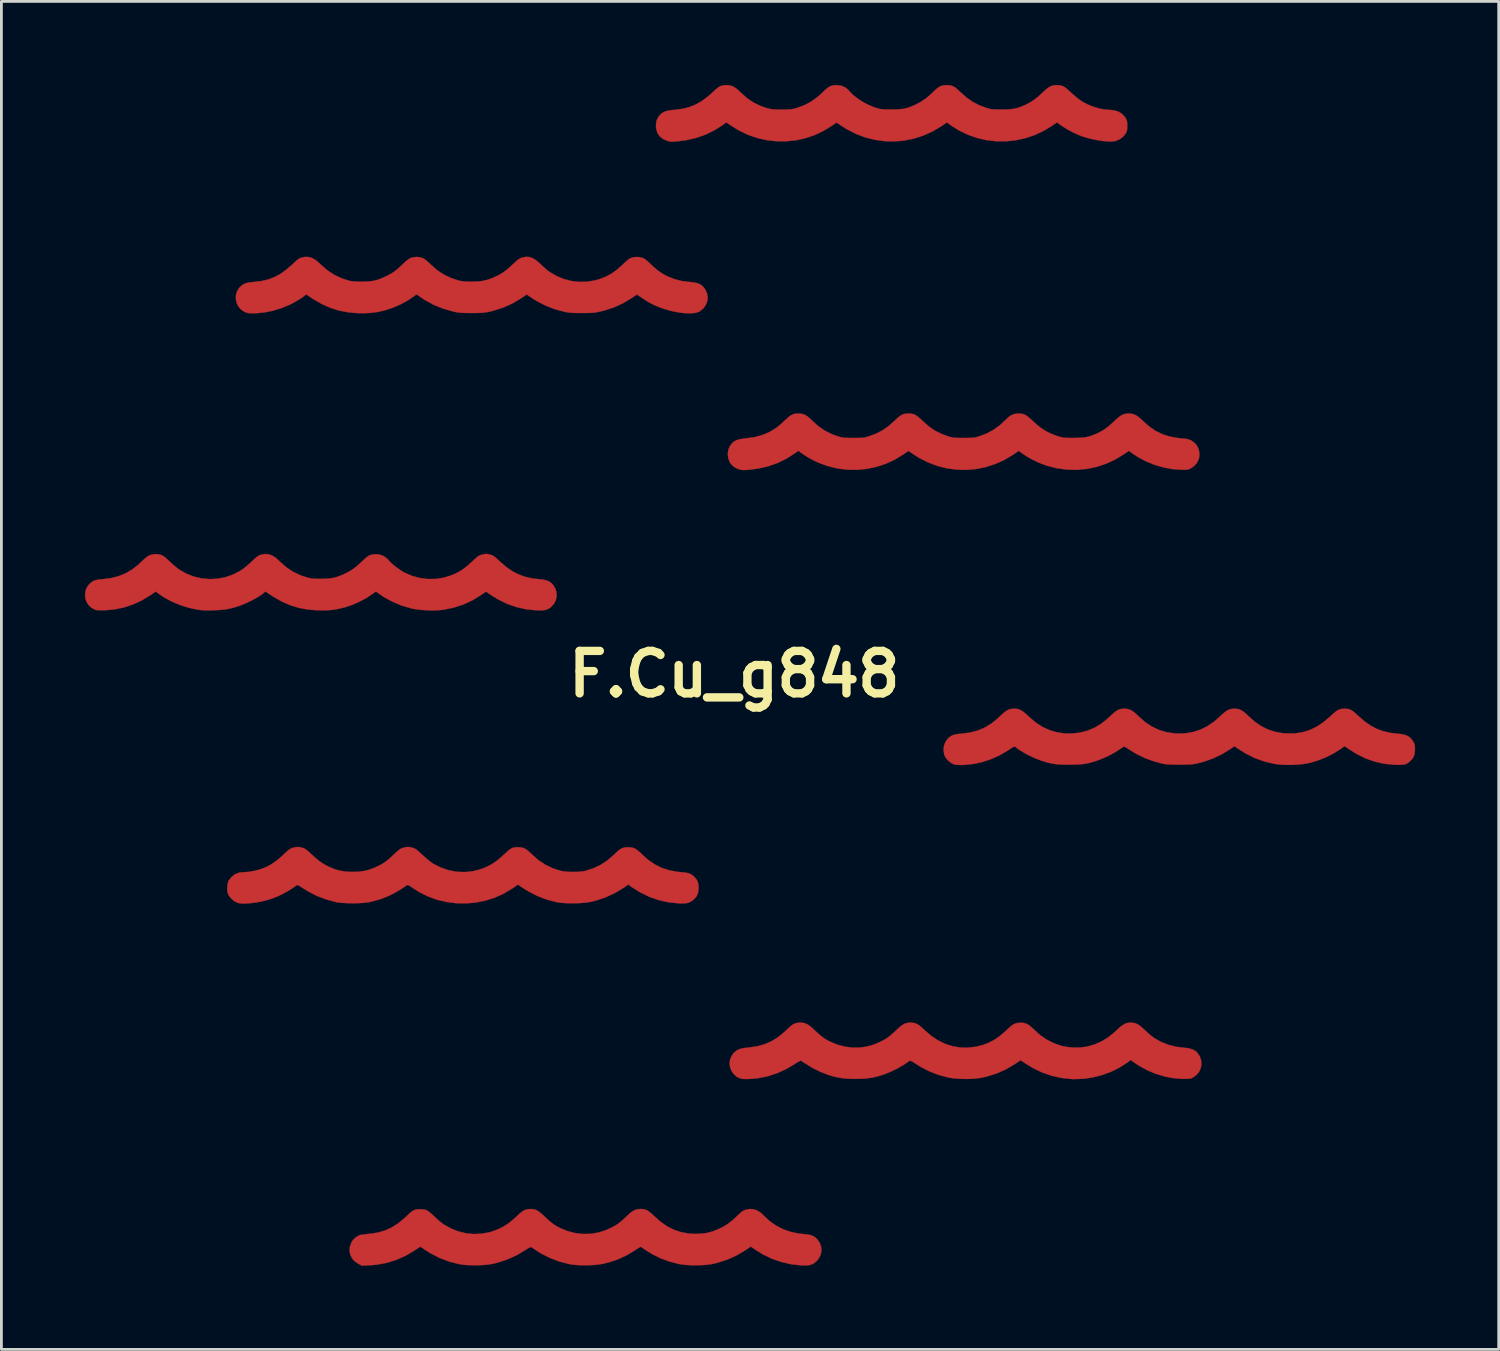
<source format=kicad_pcb>
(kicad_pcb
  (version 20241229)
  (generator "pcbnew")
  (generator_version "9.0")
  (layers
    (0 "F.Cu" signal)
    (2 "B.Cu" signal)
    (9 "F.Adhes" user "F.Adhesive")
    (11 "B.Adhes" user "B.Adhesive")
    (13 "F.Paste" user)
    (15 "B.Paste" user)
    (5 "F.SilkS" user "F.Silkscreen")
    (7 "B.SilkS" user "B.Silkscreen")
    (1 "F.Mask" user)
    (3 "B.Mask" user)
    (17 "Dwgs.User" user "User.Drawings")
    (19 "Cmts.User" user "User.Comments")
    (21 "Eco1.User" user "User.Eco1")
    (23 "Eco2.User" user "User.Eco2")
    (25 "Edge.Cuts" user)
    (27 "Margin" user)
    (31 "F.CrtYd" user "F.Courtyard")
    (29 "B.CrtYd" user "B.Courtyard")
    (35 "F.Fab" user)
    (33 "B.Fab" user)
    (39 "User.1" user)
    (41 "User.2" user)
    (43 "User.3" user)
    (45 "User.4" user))
  (footprint "F.Cu_g848"
    (layer "F.Cu")
    (at 23.309 21.151)
    (property "Reference" "F.Cu_g848" (at 0 0 0) (layer "F.SilkS") (effects (font (size 1.524 1.524) (thickness 0.3))))
    (attr through_hole)
    (fp_poly (pts (xy 0.692 19.208) (xy 0.833 19.258) (xy 0.968 19.349) (xy 1.055 19.433) (xy 1.268 19.633) (xy 1.506 19.8) (xy 1.765 19.932) (xy 2.044 20.027) (xy 2.337 20.085) (xy 2.48 20.099) (xy 2.635 20.115) (xy 2.757 20.142) (xy 2.855 20.184) (xy 2.937 20.244) (xy 2.985 20.294) (xy 3.071 20.421) (xy 3.119 20.558) (xy 3.129 20.701) (xy 3.102 20.841) (xy 3.039 20.971) (xy 2.966 21.06) (xy 2.884 21.132) (xy 2.8 21.182) (xy 2.704 21.212) (xy 2.588 21.226) (xy 2.442 21.225) (xy 2.401 21.224) (xy 2.044 21.184) (xy 1.694 21.104) (xy 1.355 20.987) (xy 1.034 20.833) (xy 0.785 20.68) (xy 0.594 20.549) (xy 0.399 20.68) (xy 0.088 20.865) (xy -0.236 21.012) (xy -0.581 21.125) (xy -0.769 21.171) (xy -0.927 21.196) (xy -1.114 21.213) (xy -1.317 21.22) (xy -1.524 21.219) (xy -1.723 21.209) (xy -1.901 21.189) (xy -2.002 21.171) (xy -2.34 21.082) (xy -2.653 20.966) (xy -2.949 20.818) (xy -3.158 20.689) (xy -3.365 20.551) (xy -3.573 20.689) (xy -3.871 20.866) (xy -4.179 21.008) (xy -4.505 21.117) (xy -4.72 21.169) (xy -4.87 21.194) (xy -5.048 21.21) (xy -5.243 21.219) (xy -5.442 21.22) (xy -5.633 21.213) (xy -5.804 21.198) (xy -5.915 21.18) (xy -6.278 21.087) (xy -6.626 20.954) (xy -6.962 20.782) (xy -7.286 20.569) (xy -7.29 20.566) (xy -7.321 20.569) (xy -7.381 20.598) (xy -7.469 20.653) (xy -7.491 20.668) (xy -7.803 20.856) (xy -8.135 21.007) (xy -8.488 21.124) (xy -8.678 21.17) (xy -8.828 21.194) (xy -9.007 21.211) (xy -9.202 21.22) (xy -9.402 21.22) (xy -9.593 21.213) (xy -9.765 21.198) (xy -9.873 21.18) (xy -10.237 21.087) (xy -10.584 20.955) (xy -10.912 20.785) (xy -11.062 20.69) (xy -11.143 20.637) (xy -11.209 20.593) (xy -11.254 20.563) (xy -11.271 20.553) (xy -11.289 20.564) (xy -11.335 20.594) (xy -11.402 20.638) (xy -11.48 20.69) (xy -11.797 20.878) (xy -12.129 21.025) (xy -12.473 21.133) (xy -12.829 21.199) (xy -13.092 21.222) (xy -13.367 21.235) (xy -13.504 21.163) (xy -13.632 21.075) (xy -13.726 20.965) (xy -13.786 20.837) (xy -13.811 20.698) (xy -13.799 20.554) (xy -13.747 20.411) (xy -13.715 20.354) (xy -13.639 20.262) (xy -13.541 20.187) (xy -13.435 20.136) (xy -13.369 20.121) (xy -13.311 20.115) (xy -13.225 20.106) (xy -13.123 20.095) (xy -13.052 20.087) (xy -12.78 20.044) (xy -12.529 19.969) (xy -12.293 19.861) (xy -12.066 19.716) (xy -11.844 19.533) (xy -11.779 19.472) (xy -11.678 19.376) (xy -11.596 19.306) (xy -11.528 19.259) (xy -11.463 19.23) (xy -11.395 19.215) (xy -11.314 19.21) (xy -11.271 19.209) (xy -11.186 19.211) (xy -11.116 19.221) (xy -11.053 19.241) (xy -10.989 19.276) (xy -10.918 19.331) (xy -10.83 19.409) (xy -10.754 19.481) (xy -10.666 19.563) (xy -10.576 19.641) (xy -10.496 19.707) (xy -10.435 19.751) (xy -10.177 19.897) (xy -9.908 20.004) (xy -9.63 20.072) (xy -9.347 20.1) (xy -9.064 20.087) (xy -8.784 20.034) (xy -8.678 20.002) (xy -8.463 19.921) (xy -8.27 19.823) (xy -8.086 19.701) (xy -7.903 19.549) (xy -7.825 19.476) (xy -7.721 19.378) (xy -7.637 19.308) (xy -7.565 19.26) (xy -7.498 19.229) (xy -7.427 19.211) (xy -7.365 19.204) (xy -7.266 19.201) (xy -7.178 19.214) (xy -7.092 19.246) (xy -7.003 19.302) (xy -6.901 19.385) (xy -6.807 19.472) (xy -6.689 19.583) (xy -6.589 19.669) (xy -6.499 19.739) (xy -6.408 19.798) (xy -6.306 19.854) (xy -6.255 19.881) (xy -5.984 19.994) (xy -5.705 20.066) (xy -5.423 20.098) (xy -5.14 20.09) (xy -4.86 20.041) (xy -4.585 19.952) (xy -4.319 19.823) (xy -4.194 19.746) (xy -4.123 19.694) (xy -4.036 19.622) (xy -3.943 19.54) (xy -3.874 19.474) (xy -3.767 19.372) (xy -3.678 19.3) (xy -3.598 19.251) (xy -3.519 19.221) (xy -3.433 19.205) (xy -3.405 19.202) (xy -3.298 19.201) (xy -3.204 19.218) (xy -3.115 19.257) (xy -3.021 19.322) (xy -2.914 19.416) (xy -2.876 19.453) (xy -2.646 19.658) (xy -2.409 19.823) (xy -2.163 19.947) (xy -1.904 20.033) (xy -1.63 20.082) (xy -1.386 20.095) (xy -1.162 20.086) (xy -0.96 20.056) (xy -0.766 20.002) (xy -0.563 19.92) (xy -0.532 19.906) (xy -0.372 19.824) (xy -0.228 19.733) (xy -0.089 19.627) (xy 0.057 19.495) (xy 0.107 19.447) (xy 0.201 19.357) (xy 0.277 19.295) (xy 0.341 19.255) (xy 0.391 19.233) (xy 0.545 19.2) (xy 0.692 19.208)) (stroke (width 0.01) (type solid)) (fill yes) (layer "F.Cu"))
    (fp_poly (pts (xy 6.425 12.516) (xy 6.511 12.538) (xy 6.595 12.579) (xy 6.686 12.645) (xy 6.79 12.739) (xy 6.821 12.769) (xy 7.058 12.976) (xy 7.308 13.143) (xy 7.569 13.271) (xy 7.838 13.358) (xy 8.116 13.404) (xy 8.399 13.409) (xy 8.686 13.373) (xy 8.932 13.31) (xy 9.135 13.233) (xy 9.323 13.135) (xy 9.507 13.01) (xy 9.694 12.854) (xy 9.759 12.793) (xy 9.864 12.695) (xy 9.949 12.624) (xy 10.02 12.574) (xy 10.087 12.543) (xy 10.157 12.525) (xy 10.238 12.515) (xy 10.247 12.514) (xy 10.374 12.518) (xy 10.489 12.55) (xy 10.601 12.614) (xy 10.716 12.714) (xy 10.742 12.741) (xy 10.967 12.947) (xy 11.213 13.118) (xy 11.477 13.251) (xy 11.754 13.346) (xy 11.761 13.348) (xy 11.97 13.388) (xy 12.197 13.406) (xy 12.424 13.402) (xy 12.637 13.375) (xy 12.706 13.36) (xy 12.959 13.284) (xy 13.188 13.183) (xy 13.403 13.053) (xy 13.612 12.889) (xy 13.724 12.785) (xy 13.838 12.679) (xy 13.935 12.603) (xy 14.021 12.553) (xy 14.105 12.524) (xy 14.194 12.511) (xy 14.235 12.51) (xy 14.329 12.517) (xy 14.416 12.539) (xy 14.501 12.581) (xy 14.593 12.648) (xy 14.701 12.743) (xy 14.741 12.781) (xy 14.83 12.864) (xy 14.924 12.945) (xy 15.01 13.015) (xy 15.068 13.058) (xy 15.311 13.198) (xy 15.576 13.304) (xy 15.859 13.376) (xy 16.133 13.41) (xy 16.305 13.43) (xy 16.443 13.468) (xy 16.552 13.525) (xy 16.629 13.595) (xy 16.714 13.726) (xy 16.761 13.865) (xy 16.771 14.008) (xy 16.745 14.147) (xy 16.684 14.277) (xy 16.591 14.39) (xy 16.465 14.481) (xy 16.458 14.485) (xy 16.418 14.504) (xy 16.376 14.517) (xy 16.323 14.525) (xy 16.25 14.528) (xy 16.147 14.529) (xy 16.097 14.528) (xy 15.782 14.506) (xy 15.461 14.446) (xy 15.143 14.351) (xy 14.835 14.224) (xy 14.547 14.068) (xy 14.386 13.961) (xy 14.234 13.852) (xy 14.11 13.943) (xy 13.83 14.123) (xy 13.526 14.274) (xy 13.202 14.392) (xy 12.866 14.477) (xy 12.525 14.526) (xy 12.184 14.538) (xy 12.118 14.535) (xy 11.752 14.497) (xy 11.396 14.418) (xy 11.052 14.299) (xy 10.722 14.141) (xy 10.482 13.994) (xy 10.404 13.942) (xy 10.339 13.9) (xy 10.295 13.872) (xy 10.281 13.864) (xy 10.261 13.875) (xy 10.214 13.905) (xy 10.146 13.95) (xy 10.067 14.002) (xy 9.752 14.187) (xy 9.417 14.336) (xy 9.064 14.446) (xy 8.858 14.491) (xy 8.693 14.514) (xy 8.501 14.528) (xy 8.296 14.532) (xy 8.091 14.527) (xy 7.898 14.513) (xy 7.73 14.489) (xy 7.691 14.482) (xy 7.334 14.386) (xy 7 14.257) (xy 6.681 14.091) (xy 6.521 13.99) (xy 6.417 13.923) (xy 6.344 13.885) (xy 6.304 13.874) (xy 6.298 13.877) (xy 6.09 14.02) (xy 5.854 14.156) (xy 5.608 14.276) (xy 5.365 14.372) (xy 5.307 14.391) (xy 5.124 14.445) (xy 4.953 14.484) (xy 4.783 14.509) (xy 4.6 14.524) (xy 4.39 14.529) (xy 4.35 14.529) (xy 4.134 14.525) (xy 3.947 14.513) (xy 3.776 14.489) (xy 3.606 14.453) (xy 3.426 14.402) (xy 3.393 14.391) (xy 3.089 14.276) (xy 2.784 14.122) (xy 2.482 13.933) (xy 2.403 13.877) (xy 2.373 13.878) (xy 2.315 13.905) (xy 2.226 13.959) (xy 2.179 13.99) (xy 1.862 14.178) (xy 1.532 14.327) (xy 1.193 14.437) (xy 0.846 14.506) (xy 0.551 14.532) (xy 0.424 14.535) (xy 0.328 14.532) (xy 0.254 14.522) (xy 0.204 14.508) (xy 0.084 14.449) (xy -0.019 14.356) (xy -0.099 14.24) (xy -0.151 14.106) (xy -0.169 13.967) (xy -0.152 13.847) (xy -0.103 13.724) (xy -0.032 13.615) (xy 0.007 13.573) (xy 0.075 13.519) (xy 0.148 13.477) (xy 0.236 13.447) (xy 0.346 13.424) (xy 0.488 13.406) (xy 0.54 13.401) (xy 0.826 13.359) (xy 1.087 13.287) (xy 1.331 13.181) (xy 1.561 13.04) (xy 1.784 12.86) (xy 1.881 12.768) (xy 1.99 12.665) (xy 2.083 12.592) (xy 2.169 12.545) (xy 2.255 12.519) (xy 2.35 12.51) (xy 2.371 12.509) (xy 2.465 12.515) (xy 2.55 12.536) (xy 2.634 12.576) (xy 2.724 12.638) (xy 2.828 12.728) (xy 2.888 12.784) (xy 3.006 12.895) (xy 3.106 12.981) (xy 3.196 13.05) (xy 3.288 13.11) (xy 3.389 13.166) (xy 3.44 13.192) (xy 3.687 13.296) (xy 3.948 13.368) (xy 4.211 13.406) (xy 4.469 13.407) (xy 4.553 13.4) (xy 4.731 13.374) (xy 4.884 13.339) (xy 5.031 13.29) (xy 5.189 13.223) (xy 5.2 13.218) (xy 5.322 13.158) (xy 5.426 13.101) (xy 5.52 13.038) (xy 5.616 12.962) (xy 5.723 12.868) (xy 5.812 12.784) (xy 5.926 12.679) (xy 6.022 12.604) (xy 6.108 12.553) (xy 6.191 12.524) (xy 6.28 12.511) (xy 6.329 12.509) (xy 6.425 12.516)) (stroke (width 0.01) (type solid)) (fill yes) (layer "F.Cu"))
    (fp_poly (pts (xy 14.109 1.249) (xy 14.207 1.277) (xy 14.304 1.329) (xy 14.407 1.41) (xy 14.511 1.509) (xy 14.737 1.711) (xy 14.979 1.874) (xy 15.235 1.997) (xy 15.507 2.081) (xy 15.796 2.126) (xy 15.886 2.132) (xy 16.18 2.126) (xy 16.461 2.08) (xy 16.728 1.995) (xy 16.982 1.87) (xy 17.225 1.704) (xy 17.42 1.533) (xy 17.535 1.426) (xy 17.63 1.348) (xy 17.714 1.294) (xy 17.792 1.261) (xy 17.874 1.245) (xy 17.949 1.24) (xy 18.055 1.247) (xy 18.149 1.271) (xy 18.239 1.317) (xy 18.335 1.389) (xy 18.446 1.492) (xy 18.449 1.496) (xy 18.674 1.698) (xy 18.907 1.86) (xy 19.15 1.983) (xy 19.408 2.068) (xy 19.683 2.118) (xy 19.854 2.131) (xy 20.134 2.126) (xy 20.398 2.086) (xy 20.649 2.01) (xy 20.891 1.896) (xy 21.127 1.742) (xy 21.361 1.548) (xy 21.39 1.521) (xy 21.5 1.42) (xy 21.588 1.346) (xy 21.662 1.296) (xy 21.73 1.264) (xy 21.799 1.247) (xy 21.877 1.241) (xy 21.907 1.24) (xy 21.999 1.245) (xy 22.077 1.261) (xy 22.151 1.293) (xy 22.229 1.345) (xy 22.32 1.422) (xy 22.395 1.492) (xy 22.618 1.687) (xy 22.839 1.843) (xy 23.066 1.964) (xy 23.304 2.051) (xy 23.561 2.109) (xy 23.792 2.135) (xy 23.956 2.154) (xy 24.086 2.183) (xy 24.189 2.227) (xy 24.272 2.289) (xy 24.343 2.374) (xy 24.379 2.431) (xy 24.41 2.489) (xy 24.427 2.543) (xy 24.435 2.61) (xy 24.437 2.699) (xy 24.429 2.832) (xy 24.401 2.938) (xy 24.348 3.03) (xy 24.272 3.115) (xy 24.208 3.171) (xy 24.144 3.211) (xy 24.072 3.238) (xy 23.983 3.252) (xy 23.869 3.257) (xy 23.723 3.254) (xy 23.701 3.253) (xy 23.345 3.218) (xy 23.003 3.143) (xy 22.673 3.028) (xy 22.353 2.872) (xy 22.109 2.72) (xy 21.908 2.584) (xy 21.753 2.695) (xy 21.512 2.848) (xy 21.242 2.984) (xy 20.953 3.098) (xy 20.658 3.185) (xy 20.638 3.19) (xy 20.45 3.224) (xy 20.235 3.247) (xy 20.006 3.258) (xy 19.775 3.256) (xy 19.556 3.242) (xy 19.399 3.221) (xy 19.043 3.139) (xy 18.7 3.017) (xy 18.372 2.856) (xy 18.153 2.72) (xy 17.956 2.587) (xy 17.79 2.701) (xy 17.503 2.875) (xy 17.191 3.024) (xy 16.863 3.141) (xy 16.595 3.211) (xy 16.516 3.225) (xy 16.43 3.236) (xy 16.329 3.243) (xy 16.205 3.247) (xy 16.049 3.249) (xy 15.981 3.249) (xy 15.812 3.248) (xy 15.677 3.245) (xy 15.568 3.239) (xy 15.477 3.23) (xy 15.397 3.217) (xy 15.367 3.211) (xy 15.053 3.127) (xy 14.743 3.012) (xy 14.449 2.871) (xy 14.181 2.709) (xy 14.171 2.701) (xy 14.092 2.648) (xy 14.039 2.616) (xy 14.004 2.602) (xy 13.98 2.603) (xy 13.959 2.614) (xy 13.673 2.803) (xy 13.391 2.955) (xy 13.108 3.074) (xy 13.031 3.101) (xy 12.879 3.15) (xy 12.746 3.186) (xy 12.623 3.213) (xy 12.497 3.231) (xy 12.36 3.242) (xy 12.201 3.248) (xy 12.023 3.249) (xy 11.833 3.248) (xy 11.676 3.242) (xy 11.54 3.23) (xy 11.415 3.212) (xy 11.291 3.184) (xy 11.157 3.147) (xy 11.014 3.101) (xy 10.863 3.045) (xy 10.703 2.976) (xy 10.543 2.898) (xy 10.391 2.815) (xy 10.256 2.734) (xy 10.149 2.658) (xy 10.105 2.622) (xy 10.085 2.605) (xy 10.065 2.598) (xy 10.039 2.604) (xy 9.998 2.625) (xy 9.936 2.664) (xy 9.851 2.721) (xy 9.545 2.903) (xy 9.225 3.049) (xy 8.895 3.158) (xy 8.561 3.228) (xy 8.227 3.259) (xy 8.149 3.26) (xy 8.045 3.259) (xy 7.97 3.255) (xy 7.914 3.245) (xy 7.865 3.228) (xy 7.811 3.202) (xy 7.808 3.201) (xy 7.7 3.126) (xy 7.61 3.029) (xy 7.549 2.921) (xy 7.536 2.883) (xy 7.514 2.733) (xy 7.527 2.585) (xy 7.574 2.448) (xy 7.652 2.33) (xy 7.694 2.288) (xy 7.763 2.235) (xy 7.833 2.196) (xy 7.915 2.169) (xy 8.019 2.15) (xy 8.154 2.137) (xy 8.169 2.135) (xy 8.465 2.097) (xy 8.736 2.026) (xy 8.987 1.92) (xy 9.224 1.778) (xy 9.451 1.596) (xy 9.544 1.507) (xy 9.656 1.403) (xy 9.75 1.328) (xy 9.836 1.279) (xy 9.923 1.251) (xy 10.017 1.241) (xy 10.054 1.24) (xy 10.143 1.246) (xy 10.224 1.265) (xy 10.303 1.301) (xy 10.387 1.359) (xy 10.485 1.441) (xy 10.583 1.533) (xy 10.817 1.733) (xy 11.061 1.892) (xy 11.318 2.011) (xy 11.587 2.09) (xy 11.869 2.129) (xy 12.118 2.132) (xy 12.407 2.1) (xy 12.679 2.03) (xy 12.936 1.923) (xy 13.179 1.776) (xy 13.411 1.589) (xy 13.493 1.511) (xy 13.607 1.404) (xy 13.706 1.327) (xy 13.797 1.277) (xy 13.888 1.25) (xy 13.987 1.24) (xy 14.002 1.24) (xy 14.109 1.249)) (stroke (width 0.01) (type solid)) (fill yes) (layer "F.Cu"))
    (fp_poly (pts (xy 10.29 -9.352) (xy 10.374 -9.337) (xy 10.449 -9.306) (xy 10.527 -9.256) (xy 10.616 -9.18) (xy 10.679 -9.121) (xy 10.862 -8.955) (xy 11.036 -8.82) (xy 11.209 -8.712) (xy 11.391 -8.624) (xy 11.59 -8.55) (xy 11.631 -8.538) (xy 11.705 -8.516) (xy 11.769 -8.5) (xy 11.833 -8.49) (xy 11.906 -8.484) (xy 11.999 -8.481) (xy 12.119 -8.48) (xy 12.181 -8.48) (xy 12.363 -8.482) (xy 12.513 -8.492) (xy 12.642 -8.51) (xy 12.763 -8.54) (xy 12.884 -8.582) (xy 13.018 -8.64) (xy 13.026 -8.643) (xy 13.169 -8.715) (xy 13.299 -8.795) (xy 13.425 -8.888) (xy 13.56 -9.005) (xy 13.636 -9.076) (xy 13.749 -9.18) (xy 13.842 -9.255) (xy 13.924 -9.306) (xy 14.003 -9.337) (xy 14.085 -9.352) (xy 14.161 -9.355) (xy 14.259 -9.349) (xy 14.346 -9.328) (xy 14.43 -9.289) (xy 14.52 -9.226) (xy 14.622 -9.136) (xy 14.679 -9.082) (xy 14.901 -8.887) (xy 15.128 -8.732) (xy 15.367 -8.614) (xy 15.624 -8.531) (xy 15.904 -8.48) (xy 16.039 -8.466) (xy 16.159 -8.455) (xy 16.249 -8.442) (xy 16.32 -8.424) (xy 16.383 -8.398) (xy 16.395 -8.393) (xy 16.517 -8.311) (xy 16.61 -8.203) (xy 16.671 -8.074) (xy 16.699 -7.933) (xy 16.69 -7.785) (xy 16.668 -7.702) (xy 16.602 -7.572) (xy 16.501 -7.464) (xy 16.401 -7.397) (xy 16.349 -7.369) (xy 16.303 -7.351) (xy 16.254 -7.341) (xy 16.19 -7.337) (xy 16.099 -7.337) (xy 16.055 -7.337) (xy 15.738 -7.36) (xy 15.415 -7.42) (xy 15.095 -7.513) (xy 14.786 -7.637) (xy 14.499 -7.788) (xy 14.32 -7.906) (xy 14.166 -8.017) (xy 13.989 -7.895) (xy 13.676 -7.705) (xy 13.348 -7.554) (xy 13.008 -7.441) (xy 12.66 -7.368) (xy 12.305 -7.335) (xy 11.948 -7.342) (xy 11.592 -7.39) (xy 11.239 -7.479) (xy 11.191 -7.494) (xy 10.948 -7.586) (xy 10.711 -7.697) (xy 10.493 -7.82) (xy 10.368 -7.903) (xy 10.213 -8.014) (xy 10.012 -7.879) (xy 9.699 -7.692) (xy 9.372 -7.545) (xy 9.035 -7.436) (xy 8.69 -7.365) (xy 8.341 -7.334) (xy 7.991 -7.341) (xy 7.644 -7.387) (xy 7.302 -7.472) (xy 6.969 -7.595) (xy 6.648 -7.757) (xy 6.45 -7.881) (xy 6.253 -8.014) (xy 6.081 -7.895) (xy 5.774 -7.707) (xy 5.45 -7.556) (xy 5.113 -7.444) (xy 4.767 -7.371) (xy 4.416 -7.336) (xy 4.062 -7.34) (xy 3.708 -7.384) (xy 3.36 -7.468) (xy 3.02 -7.592) (xy 3.009 -7.596) (xy 2.837 -7.678) (xy 2.661 -7.775) (xy 2.498 -7.877) (xy 2.397 -7.949) (xy 2.303 -8.021) (xy 2.194 -7.942) (xy 1.884 -7.742) (xy 1.56 -7.582) (xy 1.22 -7.462) (xy 0.864 -7.38) (xy 0.603 -7.346) (xy 0.48 -7.335) (xy 0.39 -7.328) (xy 0.323 -7.327) (xy 0.271 -7.331) (xy 0.224 -7.339) (xy 0.201 -7.344) (xy 0.051 -7.402) (xy -0.07 -7.489) (xy -0.158 -7.602) (xy -0.213 -7.738) (xy -0.232 -7.895) (xy -0.232 -7.895) (xy -0.216 -8.042) (xy -0.167 -8.169) (xy -0.088 -8.28) (xy -0.015 -8.347) (xy 0.076 -8.397) (xy 0.191 -8.433) (xy 0.336 -8.457) (xy 0.441 -8.467) (xy 0.738 -8.509) (xy 1.017 -8.586) (xy 1.276 -8.698) (xy 1.511 -8.844) (xy 1.511 -8.844) (xy 1.58 -8.898) (xy 1.667 -8.972) (xy 1.759 -9.054) (xy 1.831 -9.121) (xy 1.932 -9.214) (xy 2.015 -9.279) (xy 2.091 -9.321) (xy 2.169 -9.345) (xy 2.258 -9.354) (xy 2.32 -9.355) (xy 2.427 -9.346) (xy 2.524 -9.316) (xy 2.619 -9.261) (xy 2.72 -9.175) (xy 2.781 -9.116) (xy 3.005 -8.912) (xy 3.243 -8.746) (xy 3.5 -8.616) (xy 3.719 -8.537) (xy 3.791 -8.516) (xy 3.853 -8.5) (xy 3.916 -8.49) (xy 3.988 -8.484) (xy 4.079 -8.481) (xy 4.198 -8.48) (xy 4.276 -8.479) (xy 4.413 -8.48) (xy 4.518 -8.482) (xy 4.599 -8.486) (xy 4.666 -8.494) (xy 4.727 -8.507) (xy 4.792 -8.525) (xy 4.832 -8.537) (xy 5.091 -8.633) (xy 5.326 -8.756) (xy 5.547 -8.911) (xy 5.756 -9.097) (xy 5.86 -9.197) (xy 5.947 -9.267) (xy 6.026 -9.314) (xy 6.104 -9.341) (xy 6.191 -9.353) (xy 6.255 -9.355) (xy 6.352 -9.35) (xy 6.434 -9.333) (xy 6.512 -9.3) (xy 6.592 -9.245) (xy 6.685 -9.164) (xy 6.754 -9.097) (xy 6.968 -8.906) (xy 7.189 -8.752) (xy 7.425 -8.63) (xy 7.677 -8.537) (xy 7.749 -8.516) (xy 7.811 -8.5) (xy 7.874 -8.49) (xy 7.946 -8.484) (xy 8.037 -8.481) (xy 8.156 -8.48) (xy 8.234 -8.479) (xy 8.372 -8.48) (xy 8.476 -8.482) (xy 8.557 -8.486) (xy 8.624 -8.494) (xy 8.685 -8.507) (xy 8.751 -8.525) (xy 8.79 -8.537) (xy 9.064 -8.64) (xy 9.314 -8.776) (xy 9.547 -8.947) (xy 9.726 -9.114) (xy 9.836 -9.218) (xy 9.933 -9.289) (xy 10.029 -9.332) (xy 10.13 -9.352) (xy 10.189 -9.355) (xy 10.29 -9.352)) (stroke (width 0.01) (type solid)) (fill yes) (layer "F.Cu"))
    (fp_poly (pts (xy -8.814 -4.304) (xy -8.743 -4.284) (xy -8.689 -4.265) (xy -8.637 -4.237) (xy -8.578 -4.194) (xy -8.506 -4.131) (xy -8.425 -4.055) (xy -8.203 -3.861) (xy -7.983 -3.705) (xy -7.756 -3.585) (xy -7.517 -3.497) (xy -7.26 -3.439) (xy -7.003 -3.409) (xy -6.851 -3.392) (xy -6.732 -3.364) (xy -6.637 -3.323) (xy -6.558 -3.263) (xy -6.51 -3.212) (xy -6.427 -3.084) (xy -6.382 -2.94) (xy -6.377 -2.795) (xy -6.407 -2.65) (xy -6.473 -2.525) (xy -6.571 -2.418) (xy -6.642 -2.364) (xy -6.714 -2.325) (xy -6.798 -2.301) (xy -6.901 -2.29) (xy -7.032 -2.289) (xy -7.118 -2.292) (xy -7.471 -2.329) (xy -7.817 -2.407) (xy -8.153 -2.524) (xy -8.475 -2.681) (xy -8.711 -2.826) (xy -8.913 -2.963) (xy -9.076 -2.85) (xy -9.389 -2.657) (xy -9.717 -2.504) (xy -10.06 -2.391) (xy -10.42 -2.315) (xy -10.488 -2.306) (xy -10.652 -2.292) (xy -10.842 -2.287) (xy -11.043 -2.293) (xy -11.243 -2.307) (xy -11.428 -2.329) (xy -11.578 -2.357) (xy -11.941 -2.463) (xy -12.282 -2.605) (xy -12.602 -2.784) (xy -12.798 -2.919) (xy -12.865 -2.968) (xy -12.98 -2.883) (xy -13.199 -2.738) (xy -13.446 -2.606) (xy -13.707 -2.492) (xy -13.966 -2.403) (xy -14.076 -2.374) (xy -14.252 -2.335) (xy -14.414 -2.309) (xy -14.576 -2.294) (xy -14.752 -2.289) (xy -14.955 -2.292) (xy -14.962 -2.292) (xy -15.304 -2.319) (xy -15.624 -2.378) (xy -15.929 -2.47) (xy -16.226 -2.598) (xy -16.523 -2.765) (xy -16.634 -2.837) (xy -16.83 -2.968) (xy -16.877 -2.926) (xy -16.963 -2.857) (xy -17.082 -2.78) (xy -17.222 -2.699) (xy -17.377 -2.619) (xy -17.535 -2.544) (xy -17.69 -2.48) (xy -17.789 -2.444) (xy -17.957 -2.392) (xy -18.109 -2.353) (xy -18.26 -2.325) (xy -18.423 -2.307) (xy -18.609 -2.296) (xy -18.69 -2.293) (xy -18.84 -2.289) (xy -18.959 -2.289) (xy -19.059 -2.292) (xy -19.153 -2.301) (xy -19.251 -2.314) (xy -19.315 -2.325) (xy -19.617 -2.392) (xy -19.916 -2.489) (xy -20.201 -2.61) (xy -20.462 -2.752) (xy -20.603 -2.845) (xy -20.769 -2.965) (xy -20.952 -2.84) (xy -21.266 -2.649) (xy -21.592 -2.499) (xy -21.927 -2.389) (xy -22.272 -2.321) (xy -22.574 -2.295) (xy -22.708 -2.292) (xy -22.807 -2.293) (xy -22.879 -2.298) (xy -22.932 -2.309) (xy -22.953 -2.316) (xy -23.081 -2.385) (xy -23.184 -2.485) (xy -23.259 -2.607) (xy -23.299 -2.745) (xy -23.305 -2.82) (xy -23.295 -2.959) (xy -23.262 -3.071) (xy -23.202 -3.171) (xy -23.171 -3.209) (xy -23.102 -3.28) (xy -23.031 -3.331) (xy -22.95 -3.367) (xy -22.848 -3.391) (xy -22.716 -3.407) (xy -22.669 -3.41) (xy -22.369 -3.449) (xy -22.095 -3.519) (xy -21.842 -3.623) (xy -21.606 -3.763) (xy -21.383 -3.941) (xy -21.289 -4.03) (xy -21.209 -4.105) (xy -21.132 -4.173) (xy -21.065 -4.225) (xy -21.024 -4.252) (xy -20.882 -4.301) (xy -20.732 -4.31) (xy -20.607 -4.288) (xy -20.554 -4.27) (xy -20.505 -4.246) (xy -20.453 -4.21) (xy -20.391 -4.157) (xy -20.309 -4.082) (xy -20.269 -4.043) (xy -20.175 -3.957) (xy -20.075 -3.871) (xy -19.982 -3.796) (xy -19.906 -3.741) (xy -19.9 -3.737) (xy -19.648 -3.598) (xy -19.383 -3.498) (xy -19.108 -3.435) (xy -18.829 -3.411) (xy -18.549 -3.426) (xy -18.273 -3.479) (xy -18.006 -3.57) (xy -17.751 -3.7) (xy -17.737 -3.708) (xy -17.647 -3.77) (xy -17.539 -3.854) (xy -17.426 -3.95) (xy -17.333 -4.034) (xy -17.24 -4.122) (xy -17.168 -4.185) (xy -17.112 -4.229) (xy -17.063 -4.258) (xy -17.014 -4.278) (xy -16.984 -4.288) (xy -16.848 -4.313) (xy -16.719 -4.304) (xy -16.592 -4.26) (xy -16.463 -4.179) (xy -16.327 -4.059) (xy -16.302 -4.033) (xy -16.081 -3.837) (xy -15.836 -3.674) (xy -15.567 -3.546) (xy -15.287 -3.456) (xy -15.202 -3.439) (xy -15.099 -3.428) (xy -14.97 -3.422) (xy -14.827 -3.421) (xy -14.64 -3.426) (xy -14.482 -3.441) (xy -14.339 -3.468) (xy -14.2 -3.511) (xy -14.05 -3.573) (xy -13.972 -3.61) (xy -13.851 -3.671) (xy -13.746 -3.732) (xy -13.648 -3.799) (xy -13.547 -3.88) (xy -13.433 -3.981) (xy -13.352 -4.057) (xy -13.262 -4.141) (xy -13.194 -4.2) (xy -13.138 -4.24) (xy -13.087 -4.267) (xy -13.032 -4.286) (xy -13.027 -4.287) (xy -12.878 -4.31) (xy -12.729 -4.293) (xy -12.589 -4.24) (xy -12.466 -4.153) (xy -12.405 -4.086) (xy -12.334 -4.011) (xy -12.237 -3.923) (xy -12.123 -3.832) (xy -12.003 -3.746) (xy -11.888 -3.673) (xy -11.833 -3.643) (xy -11.566 -3.527) (xy -11.289 -3.451) (xy -11.006 -3.415) (xy -10.723 -3.418) (xy -10.443 -3.46) (xy -10.17 -3.542) (xy -10.04 -3.598) (xy -9.901 -3.667) (xy -9.779 -3.739) (xy -9.663 -3.822) (xy -9.541 -3.923) (xy -9.408 -4.045) (xy -9.314 -4.133) (xy -9.242 -4.195) (xy -9.185 -4.237) (xy -9.133 -4.265) (xy -9.081 -4.284) (xy -9.079 -4.285) (xy -8.98 -4.309) (xy -8.899 -4.316) (xy -8.814 -4.304)) (stroke (width 0.01) (type solid)) (fill yes) (layer "F.Cu"))
    (fp_poly (pts (xy -0.171 -21.138) (xy -0.075 -21.112) (xy 0.018 -21.063) (xy 0.118 -20.988) (xy 0.232 -20.881) (xy 0.243 -20.869) (xy 0.464 -20.672) (xy 0.701 -20.514) (xy 0.959 -20.391) (xy 1.187 -20.316) (xy 1.262 -20.297) (xy 1.332 -20.283) (xy 1.407 -20.275) (xy 1.497 -20.27) (xy 1.613 -20.268) (xy 1.714 -20.268) (xy 1.849 -20.269) (xy 1.952 -20.272) (xy 2.032 -20.278) (xy 2.1 -20.288) (xy 2.165 -20.302) (xy 2.237 -20.323) (xy 2.25 -20.327) (xy 2.517 -20.426) (xy 2.76 -20.555) (xy 2.987 -20.717) (xy 3.175 -20.888) (xy 3.279 -20.988) (xy 3.366 -21.058) (xy 3.445 -21.105) (xy 3.524 -21.131) (xy 3.612 -21.143) (xy 3.674 -21.145) (xy 3.831 -21.127) (xy 3.968 -21.073) (xy 4.085 -20.981) (xy 4.121 -20.941) (xy 4.248 -20.809) (xy 4.408 -20.679) (xy 4.59 -20.557) (xy 4.787 -20.45) (xy 4.987 -20.364) (xy 5.092 -20.328) (xy 5.166 -20.306) (xy 5.23 -20.291) (xy 5.295 -20.281) (xy 5.369 -20.274) (xy 5.462 -20.271) (xy 5.585 -20.27) (xy 5.641 -20.27) (xy 5.821 -20.272) (xy 5.971 -20.282) (xy 6.101 -20.3) (xy 6.221 -20.33) (xy 6.345 -20.373) (xy 6.481 -20.432) (xy 6.511 -20.446) (xy 6.721 -20.559) (xy 6.914 -20.695) (xy 7.103 -20.863) (xy 7.137 -20.897) (xy 7.242 -20.997) (xy 7.333 -21.067) (xy 7.419 -21.112) (xy 7.51 -21.136) (xy 7.614 -21.144) (xy 7.631 -21.144) (xy 7.724 -21.14) (xy 7.802 -21.125) (xy 7.875 -21.095) (xy 7.951 -21.045) (xy 8.039 -20.97) (xy 8.123 -20.89) (xy 8.339 -20.699) (xy 8.559 -20.545) (xy 8.793 -20.423) (xy 9.048 -20.328) (xy 9.053 -20.327) (xy 9.126 -20.305) (xy 9.189 -20.29) (xy 9.253 -20.28) (xy 9.326 -20.274) (xy 9.419 -20.271) (xy 9.541 -20.27) (xy 9.599 -20.27) (xy 9.78 -20.272) (xy 9.93 -20.282) (xy 10.059 -20.3) (xy 10.179 -20.329) (xy 10.301 -20.372) (xy 10.435 -20.429) (xy 10.447 -20.435) (xy 10.609 -20.518) (xy 10.757 -20.613) (xy 10.903 -20.727) (xy 11.059 -20.871) (xy 11.062 -20.873) (xy 11.175 -20.978) (xy 11.272 -21.054) (xy 11.358 -21.104) (xy 11.443 -21.133) (xy 11.533 -21.144) (xy 11.565 -21.145) (xy 11.656 -21.142) (xy 11.733 -21.131) (xy 11.802 -21.106) (xy 11.874 -21.064) (xy 11.955 -21.001) (xy 12.053 -20.913) (xy 12.092 -20.876) (xy 12.19 -20.788) (xy 12.295 -20.699) (xy 12.396 -20.621) (xy 12.48 -20.562) (xy 12.493 -20.554) (xy 12.68 -20.454) (xy 12.886 -20.37) (xy 13.097 -20.307) (xy 13.302 -20.268) (xy 13.468 -20.256) (xy 13.644 -20.24) (xy 13.798 -20.19) (xy 13.926 -20.109) (xy 14.027 -19.999) (xy 14.048 -19.966) (xy 14.078 -19.91) (xy 14.096 -19.859) (xy 14.105 -19.798) (xy 14.107 -19.713) (xy 14.108 -19.683) (xy 14.106 -19.591) (xy 14.1 -19.526) (xy 14.085 -19.475) (xy 14.059 -19.424) (xy 14.043 -19.398) (xy 13.952 -19.287) (xy 13.833 -19.199) (xy 13.696 -19.143) (xy 13.664 -19.135) (xy 13.551 -19.123) (xy 13.406 -19.124) (xy 13.238 -19.139) (xy 13.055 -19.166) (xy 12.867 -19.203) (xy 12.68 -19.249) (xy 12.503 -19.303) (xy 12.467 -19.315) (xy 12.304 -19.382) (xy 12.126 -19.466) (xy 11.951 -19.561) (xy 11.794 -19.658) (xy 11.742 -19.694) (xy 11.584 -19.807) (xy 11.407 -19.685) (xy 11.1 -19.499) (xy 10.778 -19.35) (xy 10.444 -19.239) (xy 10.103 -19.165) (xy 9.757 -19.129) (xy 9.41 -19.13) (xy 9.065 -19.169) (xy 8.726 -19.246) (xy 8.397 -19.36) (xy 8.081 -19.511) (xy 7.811 -19.679) (xy 7.632 -19.804) (xy 7.43 -19.668) (xy 7.115 -19.481) (xy 6.786 -19.334) (xy 6.447 -19.225) (xy 6.1 -19.155) (xy 5.75 -19.125) (xy 5.4 -19.133) (xy 5.051 -19.181) (xy 4.707 -19.267) (xy 4.372 -19.393) (xy 4.049 -19.558) (xy 3.873 -19.668) (xy 3.671 -19.804) (xy 3.492 -19.679) (xy 3.189 -19.494) (xy 2.871 -19.346) (xy 2.54 -19.236) (xy 2.2 -19.163) (xy 1.855 -19.128) (xy 1.508 -19.131) (xy 1.162 -19.171) (xy 0.822 -19.248) (xy 0.49 -19.363) (xy 0.171 -19.516) (xy -0.085 -19.673) (xy -0.283 -19.807) (xy -0.39 -19.73) (xy -0.7 -19.531) (xy -1.025 -19.371) (xy -1.365 -19.251) (xy -1.722 -19.169) (xy -1.979 -19.135) (xy -2.102 -19.124) (xy -2.191 -19.118) (xy -2.257 -19.116) (xy -2.309 -19.12) (xy -2.356 -19.13) (xy -2.406 -19.146) (xy -2.427 -19.153) (xy -2.572 -19.221) (xy -2.682 -19.314) (xy -2.759 -19.432) (xy -2.802 -19.576) (xy -2.81 -19.652) (xy -2.807 -19.794) (xy -2.772 -19.916) (xy -2.704 -20.03) (xy -2.678 -20.062) (xy -2.607 -20.131) (xy -2.521 -20.183) (xy -2.414 -20.22) (xy -2.278 -20.245) (xy -2.151 -20.257) (xy -1.877 -20.291) (xy -1.625 -20.353) (xy -1.39 -20.446) (xy -1.165 -20.573) (xy -0.945 -20.737) (xy -0.762 -20.902) (xy -0.658 -20.999) (xy -0.571 -21.067) (xy -0.492 -21.111) (xy -0.411 -21.135) (xy -0.32 -21.145) (xy -0.277 -21.145) (xy -0.171 -21.138)) (stroke (width 0.01) (type solid)) (fill yes) (layer "F.Cu"))
    (fp_poly (pts (xy -15.534 6.224) (xy -15.497 6.235) (xy -15.445 6.254) (xy -15.393 6.282) (xy -15.335 6.325) (xy -15.261 6.388) (xy -15.17 6.473) (xy -15.031 6.6) (xy -14.908 6.701) (xy -14.789 6.785) (xy -14.663 6.858) (xy -14.532 6.923) (xy -14.343 7.002) (xy -14.157 7.055) (xy -13.961 7.086) (xy -13.743 7.098) (xy -13.695 7.099) (xy -13.474 7.091) (xy -13.279 7.065) (xy -13.095 7.017) (xy -12.908 6.946) (xy -12.835 6.912) (xy -12.716 6.854) (xy -12.616 6.798) (xy -12.525 6.738) (xy -12.433 6.666) (xy -12.331 6.577) (xy -12.222 6.475) (xy -12.127 6.387) (xy -12.055 6.325) (xy -11.996 6.282) (xy -11.945 6.254) (xy -11.893 6.235) (xy -11.893 6.235) (xy -11.779 6.208) (xy -11.68 6.205) (xy -11.573 6.225) (xy -11.539 6.235) (xy -11.49 6.252) (xy -11.441 6.279) (xy -11.385 6.319) (xy -11.316 6.377) (xy -11.226 6.459) (xy -11.189 6.494) (xy -11.093 6.582) (xy -10.993 6.666) (xy -10.9 6.74) (xy -10.823 6.794) (xy -10.804 6.807) (xy -10.534 6.943) (xy -10.257 7.038) (xy -9.975 7.093) (xy -9.69 7.106) (xy -9.405 7.078) (xy -9.136 7.013) (xy -8.924 6.935) (xy -8.73 6.837) (xy -8.544 6.714) (xy -8.357 6.561) (xy -8.266 6.475) (xy -8.163 6.379) (xy -8.082 6.31) (xy -8.012 6.262) (xy -7.948 6.233) (xy -7.88 6.218) (xy -7.8 6.213) (xy -7.768 6.213) (xy -7.665 6.218) (xy -7.576 6.237) (xy -7.493 6.275) (xy -7.407 6.337) (xy -7.308 6.426) (xy -7.257 6.477) (xy -7.031 6.677) (xy -6.782 6.842) (xy -6.512 6.971) (xy -6.225 7.062) (xy -6.221 7.063) (xy -6.101 7.083) (xy -5.953 7.096) (xy -5.792 7.1) (xy -5.631 7.097) (xy -5.483 7.085) (xy -5.361 7.066) (xy -5.35 7.063) (xy -5.064 6.973) (xy -4.801 6.849) (xy -4.556 6.688) (xy -4.334 6.496) (xy -4.227 6.394) (xy -4.14 6.319) (xy -4.066 6.268) (xy -3.997 6.237) (xy -3.924 6.22) (xy -3.842 6.214) (xy -3.81 6.213) (xy -3.716 6.218) (xy -3.635 6.233) (xy -3.56 6.264) (xy -3.483 6.314) (xy -3.394 6.389) (xy -3.295 6.485) (xy -3.076 6.679) (xy -2.848 6.834) (xy -2.604 6.954) (xy -2.342 7.04) (xy -2.055 7.094) (xy -1.903 7.109) (xy -1.769 7.122) (xy -1.666 7.141) (xy -1.586 7.167) (xy -1.518 7.205) (xy -1.453 7.258) (xy -1.443 7.268) (xy -1.363 7.357) (xy -1.312 7.452) (xy -1.287 7.564) (xy -1.281 7.673) (xy -1.29 7.807) (xy -1.321 7.915) (xy -1.377 8.008) (xy -1.456 8.089) (xy -1.531 8.15) (xy -1.608 8.192) (xy -1.695 8.218) (xy -1.801 8.23) (xy -1.936 8.23) (xy -1.995 8.228) (xy -2.354 8.191) (xy -2.705 8.113) (xy -3.045 7.995) (xy -3.371 7.838) (xy -3.681 7.644) (xy -3.738 7.602) (xy -3.804 7.553) (xy -3.978 7.672) (xy -4.283 7.856) (xy -4.611 8.008) (xy -4.953 8.125) (xy -5.15 8.174) (xy -5.288 8.197) (xy -5.457 8.213) (xy -5.643 8.223) (xy -5.836 8.225) (xy -6.025 8.221) (xy -6.198 8.21) (xy -6.344 8.191) (xy -6.377 8.185) (xy -6.727 8.094) (xy -7.068 7.963) (xy -7.393 7.797) (xy -7.559 7.693) (xy -7.765 7.556) (xy -7.967 7.693) (xy -8.278 7.879) (xy -8.603 8.026) (xy -8.943 8.133) (xy -9.298 8.201) (xy -9.611 8.228) (xy -9.975 8.223) (xy -10.331 8.178) (xy -10.675 8.096) (xy -11.005 7.976) (xy -11.316 7.82) (xy -11.555 7.666) (xy -11.645 7.606) (xy -11.707 7.573) (xy -11.74 7.57) (xy -11.74 7.57) (xy -11.99 7.736) (xy -12.225 7.872) (xy -12.454 7.982) (xy -12.688 8.072) (xy -12.934 8.144) (xy -13.102 8.184) (xy -13.221 8.202) (xy -13.37 8.215) (xy -13.54 8.223) (xy -13.719 8.225) (xy -13.897 8.221) (xy -14.062 8.212) (xy -14.205 8.198) (xy -14.287 8.184) (xy -14.65 8.087) (xy -14.985 7.96) (xy -15.297 7.8) (xy -15.462 7.696) (xy -15.555 7.636) (xy -15.629 7.594) (xy -15.679 7.572) (xy -15.697 7.571) (xy -15.895 7.709) (xy -16.118 7.841) (xy -16.349 7.958) (xy -16.498 8.021) (xy -16.658 8.078) (xy -16.833 8.127) (xy -17.015 8.169) (xy -17.198 8.201) (xy -17.374 8.223) (xy -17.535 8.234) (xy -17.676 8.233) (xy -17.787 8.219) (xy -17.834 8.206) (xy -17.958 8.141) (xy -18.064 8.051) (xy -18.145 7.946) (xy -18.191 7.833) (xy -18.195 7.816) (xy -18.203 7.72) (xy -18.198 7.612) (xy -18.181 7.508) (xy -18.154 7.425) (xy -18.143 7.402) (xy -18.043 7.276) (xy -17.921 7.184) (xy -17.782 7.129) (xy -17.646 7.112) (xy -17.435 7.098) (xy -17.209 7.058) (xy -16.987 6.996) (xy -16.815 6.93) (xy -16.631 6.834) (xy -16.444 6.705) (xy -16.249 6.541) (xy -16.181 6.477) (xy -16.087 6.389) (xy -16.016 6.327) (xy -15.959 6.284) (xy -15.908 6.256) (xy -15.857 6.237) (xy -15.852 6.235) (xy -15.739 6.209) (xy -15.64 6.205) (xy -15.534 6.224)) (stroke (width 0.01) (type solid)) (fill yes) (layer "F.Cu"))
    (fp_poly (pts (xy -15.26 -14.972) (xy -15.134 -14.929) (xy -15.006 -14.85) (xy -14.87 -14.732) (xy -14.838 -14.7) (xy -14.615 -14.503) (xy -14.368 -14.339) (xy -14.099 -14.211) (xy -13.827 -14.124) (xy -13.741 -14.107) (xy -13.638 -14.096) (xy -13.509 -14.09) (xy -13.367 -14.089) (xy -13.179 -14.094) (xy -13.021 -14.109) (xy -12.878 -14.136) (xy -12.738 -14.18) (xy -12.589 -14.241) (xy -12.514 -14.276) (xy -12.396 -14.336) (xy -12.297 -14.391) (xy -12.207 -14.451) (xy -12.117 -14.521) (xy -12.017 -14.608) (xy -11.904 -14.713) (xy -11.812 -14.799) (xy -11.741 -14.86) (xy -11.685 -14.902) (xy -11.635 -14.93) (xy -11.584 -14.95) (xy -11.565 -14.956) (xy -11.414 -14.979) (xy -11.265 -14.963) (xy -11.151 -14.92) (xy -11.102 -14.888) (xy -11.034 -14.833) (xy -10.956 -14.764) (xy -10.891 -14.702) (xy -10.673 -14.508) (xy -10.441 -14.352) (xy -10.19 -14.229) (xy -9.911 -14.135) (xy -9.91 -14.135) (xy -9.826 -14.115) (xy -9.739 -14.102) (xy -9.637 -14.094) (xy -9.509 -14.09) (xy -9.44 -14.089) (xy -9.229 -14.094) (xy -9.045 -14.114) (xy -8.876 -14.152) (xy -8.708 -14.209) (xy -8.582 -14.265) (xy -8.443 -14.334) (xy -8.321 -14.406) (xy -8.205 -14.488) (xy -8.083 -14.589) (xy -7.947 -14.714) (xy -7.856 -14.799) (xy -7.786 -14.86) (xy -7.73 -14.902) (xy -7.68 -14.929) (xy -7.629 -14.949) (xy -7.608 -14.955) (xy -7.486 -14.98) (xy -7.372 -14.977) (xy -7.261 -14.945) (xy -7.147 -14.881) (xy -7.023 -14.782) (xy -6.939 -14.704) (xy -6.853 -14.623) (xy -6.764 -14.544) (xy -6.682 -14.478) (xy -6.632 -14.44) (xy -6.376 -14.291) (xy -6.107 -14.181) (xy -5.829 -14.111) (xy -5.546 -14.08) (xy -5.26 -14.09) (xy -4.975 -14.141) (xy -4.815 -14.189) (xy -4.598 -14.275) (xy -4.401 -14.382) (xy -4.213 -14.517) (xy -4.024 -14.684) (xy -4.003 -14.705) (xy -3.924 -14.78) (xy -3.848 -14.847) (xy -3.784 -14.898) (xy -3.745 -14.923) (xy -3.609 -14.969) (xy -3.462 -14.978) (xy -3.334 -14.955) (xy -3.279 -14.937) (xy -3.23 -14.913) (xy -3.178 -14.877) (xy -3.115 -14.824) (xy -3.033 -14.749) (xy -2.997 -14.715) (xy -2.859 -14.587) (xy -2.735 -14.485) (xy -2.614 -14.4) (xy -2.486 -14.326) (xy -2.364 -14.266) (xy -2.133 -14.176) (xy -1.885 -14.114) (xy -1.611 -14.079) (xy -1.598 -14.078) (xy -1.446 -14.061) (xy -1.328 -14.036) (xy -1.234 -13.999) (xy -1.156 -13.946) (xy -1.09 -13.879) (xy -1.024 -13.779) (xy -0.976 -13.66) (xy -0.953 -13.541) (xy -0.953 -13.515) (xy -0.973 -13.373) (xy -1.03 -13.239) (xy -1.117 -13.122) (xy -1.23 -13.031) (xy -1.281 -13.004) (xy -1.387 -12.971) (xy -1.526 -12.955) (xy -1.691 -12.955) (xy -1.874 -12.969) (xy -2.069 -12.998) (xy -2.27 -13.041) (xy -2.471 -13.096) (xy -2.663 -13.163) (xy -2.693 -13.174) (xy -2.835 -13.234) (xy -2.954 -13.289) (xy -3.064 -13.348) (xy -3.18 -13.419) (xy -3.29 -13.491) (xy -3.494 -13.628) (xy -3.692 -13.495) (xy -3.996 -13.314) (xy -4.314 -13.169) (xy -4.653 -13.057) (xy -4.829 -13.014) (xy -4.913 -12.996) (xy -4.991 -12.983) (xy -5.072 -12.974) (xy -5.165 -12.969) (xy -5.279 -12.966) (xy -5.424 -12.965) (xy -5.472 -12.965) (xy -5.639 -12.966) (xy -5.772 -12.969) (xy -5.88 -12.975) (xy -5.97 -12.985) (xy -6.051 -12.998) (xy -6.074 -13.003) (xy -6.438 -13.1) (xy -6.776 -13.231) (xy -7.094 -13.396) (xy -7.245 -13.491) (xy -7.451 -13.629) (xy -7.652 -13.493) (xy -7.958 -13.311) (xy -8.289 -13.162) (xy -8.645 -13.047) (xy -8.827 -13.003) (xy -8.907 -12.988) (xy -8.993 -12.978) (xy -9.095 -12.97) (xy -9.22 -12.966) (xy -9.376 -12.965) (xy -9.43 -12.965) (xy -9.585 -12.965) (xy -9.707 -12.968) (xy -9.805 -12.972) (xy -9.888 -12.98) (xy -9.966 -12.992) (xy -10.048 -13.008) (xy -10.073 -13.014) (xy -10.439 -13.117) (xy -10.786 -13.257) (xy -11.113 -13.435) (xy -11.338 -13.587) (xy -11.404 -13.636) (xy -11.518 -13.551) (xy -11.73 -13.41) (xy -11.972 -13.279) (xy -12.229 -13.166) (xy -12.49 -13.076) (xy -12.579 -13.051) (xy -12.802 -13.002) (xy -13.025 -12.971) (xy -13.261 -12.958) (xy -13.523 -12.96) (xy -13.523 -12.96) (xy -13.866 -12.99) (xy -14.191 -13.053) (xy -14.502 -13.151) (xy -14.807 -13.288) (xy -15.111 -13.463) (xy -15.174 -13.505) (xy -15.37 -13.636) (xy -15.416 -13.594) (xy -15.48 -13.543) (xy -15.573 -13.48) (xy -15.684 -13.412) (xy -15.804 -13.344) (xy -15.923 -13.281) (xy -15.967 -13.26) (xy -16.26 -13.139) (xy -16.565 -13.046) (xy -16.872 -12.984) (xy -17.17 -12.956) (xy -17.259 -12.954) (xy -17.364 -12.955) (xy -17.438 -12.961) (xy -17.496 -12.972) (xy -17.549 -12.992) (xy -17.585 -13.009) (xy -17.706 -13.09) (xy -17.798 -13.196) (xy -17.86 -13.32) (xy -17.891 -13.454) (xy -17.89 -13.591) (xy -17.856 -13.725) (xy -17.787 -13.847) (xy -17.739 -13.902) (xy -17.666 -13.966) (xy -17.588 -14.013) (xy -17.497 -14.045) (xy -17.382 -14.066) (xy -17.258 -14.078) (xy -16.985 -14.11) (xy -16.739 -14.166) (xy -16.513 -14.25) (xy -16.299 -14.364) (xy -16.089 -14.513) (xy -15.877 -14.698) (xy -15.871 -14.704) (xy -15.778 -14.791) (xy -15.707 -14.854) (xy -15.65 -14.898) (xy -15.601 -14.927) (xy -15.552 -14.947) (xy -15.524 -14.956) (xy -15.389 -14.981) (xy -15.26 -14.972)) (stroke (width 0.01) (type solid)) (fill yes) (layer "F.Cu")))
  (gr_rect
    (start -3 -3)
    (end 50.751 45.391)
    (stroke (width 0.1) (type default))
    (fill no)
    (layer "Edge.Cuts")))
</source>
